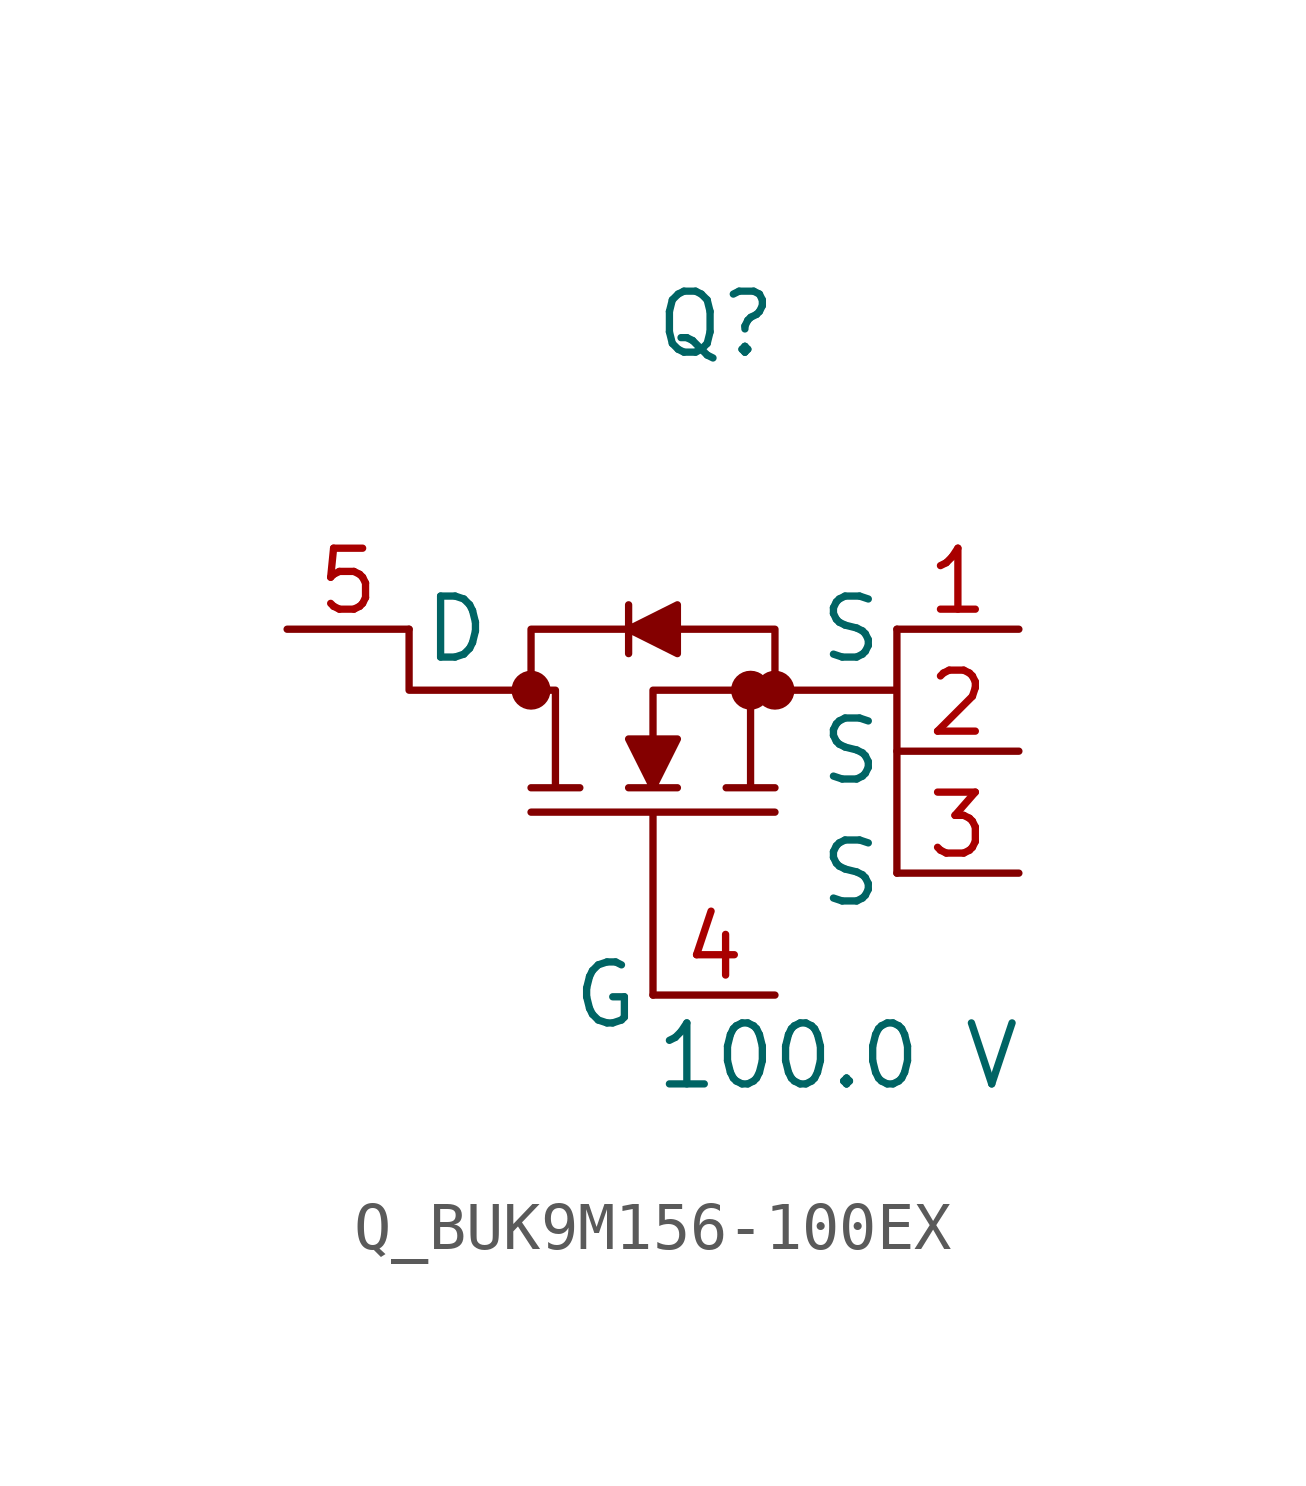
<source format=kicad_sym>
(kicad_symbol_lib
  (version 20231120)
  (generator kicad_symbol_editor)
  (generator_version 8.0)
  (symbol "Q_BUK9M156-100EX"
    (pin_names
      (offset 0.254))
    (property "Reference" "Q"
      (at 0 7.62 0)
      (effects (font (size 1.27 1.27)) (justify left)))
    (property "Value" "100.0 V"
      (at 0 -7.62 0)
      (effects (font (size 1.27 1.27)) (justify left)))
    (symbol "Q_BUK9M156-100EX_1_0"
      (polyline (pts (xy 0 -6.35) (xy 0 -2.54) (xy -2.54 -2.54) (xy 2.54 -2.54) (xy 0 -2.54) (xy 0 -6.35)) (stroke (width 0) (type default)) (fill (type none)))
      (polyline (pts (xy 5.08 1.27) (xy 5.08 0.0) (xy 2.54 0.0) (xy 2.54 1.27) (xy 0.508 1.27) (xy 0.508 1.778) (xy -0.508 1.27) (xy -0.508 1.778) (xy -0.508 1.27) (xy -2.54 1.27) (xy -2.54 0.0) (xy -5.08 0.0) (xy -5.08 1.27) (xy -5.08 0.0) (xy -2.032 0.0) (xy -2.032 -2.032) (xy -2.54 -2.032) (xy -1.524 -2.032) (xy -2.032 -2.032) (xy -2.032 0.0) (xy -2.54 0.0) (xy -2.54 1.27) (xy -0.508 1.27) (xy -0.508 0.762) (xy -0.508 1.27) (xy 0.508 0.762) (xy 0.508 1.27) (xy 2.54 1.27) (xy 2.54 0.0) (xy 0 0.0) (xy 0 -1.016) (xy -0.508 -1.016) (xy 0 -2.032) (xy -0.508 -2.032) (xy 0.508 -2.032) (xy 0 -2.032) (xy 0.508 -1.016) (xy 0 -1.016) (xy 0 0.0) (xy 2.032 0.0) (xy 2.032 -2.032) (xy 1.524 -2.032) (xy 2.54 -2.032) (xy 2.032 -2.032) (xy 2.032 0.0) (xy 5.08 0.0) (xy 5.08 -3.81)) (stroke (width 0) (type default)) (fill (type outline)))
      (circle (center -2.54 0.0) (radius 0.025) (stroke (width 0.381) (type default)) (fill (type none)))
      (circle (center 2.032 0.0) (radius 0.025) (stroke (width 0.381) (type default)) (fill (type none)))
      (circle (center 2.54 0.0) (radius 0.025) (stroke (width 0.381) (type default)) (fill (type none)))
      (pin passive line (at -7.62 1.27 0) (length 2.54) (name "D" (effects (font (size 1.27 1.27)))) (number "5" (effects (font (size 1.27 1.27)))))
      (pin passive line (at 7.62 1.27 180) (length 2.54) (name "S" (effects (font (size 1.27 1.27)))) (number "1" (effects (font (size 1.27 1.27)))))
      (pin passive line (at 7.62 -1.27 180) (length 2.54) (name "S" (effects (font (size 1.27 1.27)))) (number "2" (effects (font (size 1.27 1.27)))))
      (pin passive line (at 7.62 -3.81 180) (length 2.54) (name "S" (effects (font (size 1.27 1.27)))) (number "3" (effects (font (size 1.27 1.27)))))
      (pin passive line (at 2.54 -6.35 180) (length 2.54) (name "G" (effects (font (size 1.27 1.27)))) (number "4" (effects (font (size 1.27 1.27))))))))
</source>
